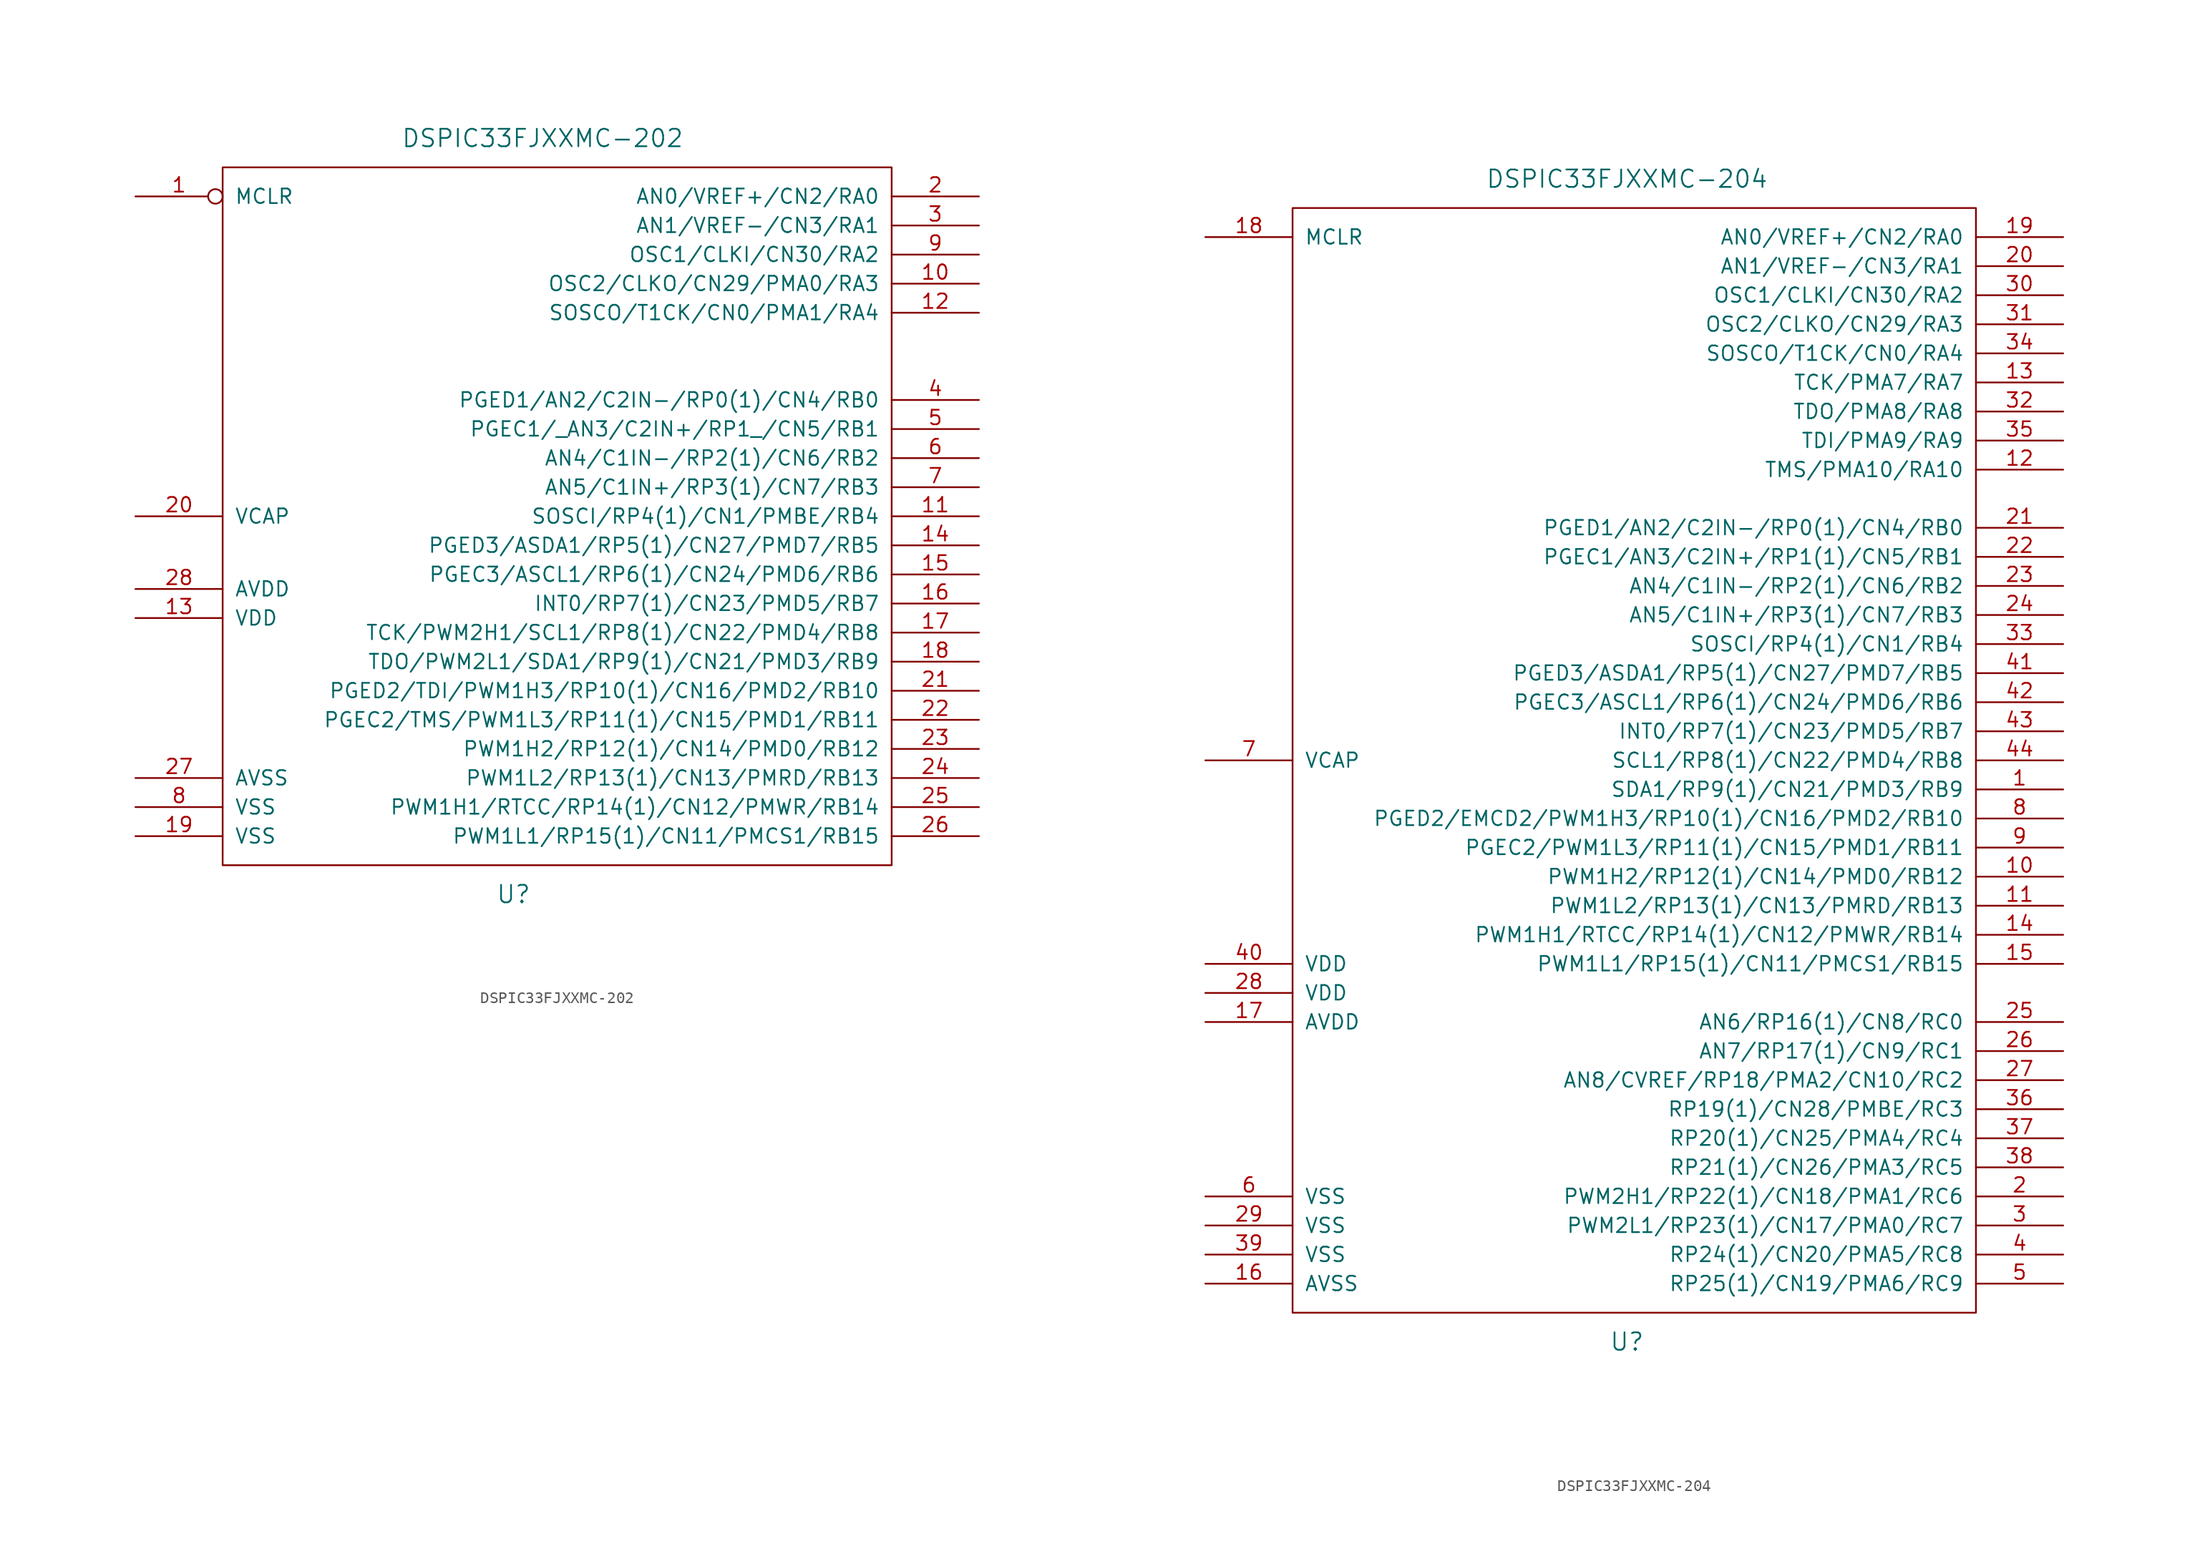
<source format=kicad_sym>
(kicad_symbol_lib
  (version 20211014)
  (generator kicad_symbol_editor)
  (symbol "DSPIC33FJXXMC-202"
    (pin_names
      (offset 1.016))
    (property "Reference" "U"
      (at -3.81 -33.02 0)
      (effects (font (size 1.524 1.524))))
    (property "Value" "DSPIC33FJXXMC-202"
      (at -1.27 33.02 0)
      (effects (font (size 1.524 1.524))))
    (property "Footprint" ""
      (at 0 0 0)
      (effects (font (size 1.524 1.524))))
    (property "Datasheet" ""
      (at 0 0 0)
      (effects (font (size 1.524 1.524))))
    (symbol "DSPIC33FJXXMC-202_0_1"
      (rectangle (start -29.21 30.48) (end 29.21 -30.48) (stroke (width 0) (type default) (color 0 0 0 0)) (fill (type none))))
    (symbol "DSPIC33FJXXMC-202_1_1"
      (pin input inverted (at -36.83 27.94 0) (length 7.62) (name "MCLR" (effects (font (size 1.27 1.27)))) (number "1" (effects (font (size 1.27 1.27)))))
      (pin bidirectional line (at 36.83 20.32 180) (length 7.62) (name "OSC2/CLKO/CN29/PMA0/RA3" (effects (font (size 1.27 1.27)))) (number "10" (effects (font (size 1.27 1.27)))))
      (pin bidirectional line (at 36.83 0 180) (length 7.62) (name "SOSCI/RP4(1)/CN1/PMBE/RB4" (effects (font (size 1.27 1.27)))) (number "11" (effects (font (size 1.27 1.27)))))
      (pin bidirectional line (at 36.83 17.78 180) (length 7.62) (name "SOSCO/T1CK/CN0/PMA1/RA4" (effects (font (size 1.27 1.27)))) (number "12" (effects (font (size 1.27 1.27)))))
      (pin power_in line (at -36.83 -8.89 0) (length 7.62) (name "VDD" (effects (font (size 1.27 1.27)))) (number "13" (effects (font (size 1.27 1.27)))))
      (pin bidirectional line (at 36.83 -2.54 180) (length 7.62) (name "PGED3/ASDA1/RP5(1)/CN27/PMD7/RB5" (effects (font (size 1.27 1.27)))) (number "14" (effects (font (size 1.27 1.27)))))
      (pin bidirectional line (at 36.83 -5.08 180) (length 7.62) (name "PGEC3/ASCL1/RP6(1)/CN24/PMD6/RB6" (effects (font (size 1.27 1.27)))) (number "15" (effects (font (size 1.27 1.27)))))
      (pin bidirectional line (at 36.83 -7.62 180) (length 7.62) (name "INT0/RP7(1)/CN23/PMD5/RB7" (effects (font (size 1.27 1.27)))) (number "16" (effects (font (size 1.27 1.27)))))
      (pin bidirectional line (at 36.83 -10.16 180) (length 7.62) (name "TCK/PWM2H1/SCL1/RP8(1)/CN22/PMD4/RB8" (effects (font (size 1.27 1.27)))) (number "17" (effects (font (size 1.27 1.27)))))
      (pin bidirectional line (at 36.83 -12.7 180) (length 7.62) (name "TDO/PWM2L1/SDA1/RP9(1)/CN21/PMD3/RB9" (effects (font (size 1.27 1.27)))) (number "18" (effects (font (size 1.27 1.27)))))
      (pin output line (at -36.83 -27.94 0) (length 7.62) (name "VSS" (effects (font (size 1.27 1.27)))) (number "19" (effects (font (size 1.27 1.27)))))
      (pin input line (at 36.83 27.94 180) (length 7.62) (name "AN0/VREF+/CN2/RA0" (effects (font (size 1.27 1.27)))) (number "2" (effects (font (size 1.27 1.27)))))
      (pin output line (at -36.83 0 0) (length 7.62) (name "VCAP" (effects (font (size 1.27 1.27)))) (number "20" (effects (font (size 1.27 1.27)))))
      (pin bidirectional line (at 36.83 -15.24 180) (length 7.62) (name "PGED2/TDI/PWM1H3/RP10(1)/CN16/PMD2/RB10" (effects (font (size 1.27 1.27)))) (number "21" (effects (font (size 1.27 1.27)))))
      (pin bidirectional line (at 36.83 -17.78 180) (length 7.62) (name "PGEC2/TMS/PWM1L3/RP11(1)/CN15/PMD1/RB11" (effects (font (size 1.27 1.27)))) (number "22" (effects (font (size 1.27 1.27)))))
      (pin bidirectional line (at 36.83 -20.32 180) (length 7.62) (name "PWM1H2/RP12(1)/CN14/PMD0/RB12" (effects (font (size 1.27 1.27)))) (number "23" (effects (font (size 1.27 1.27)))))
      (pin bidirectional line (at 36.83 -22.86 180) (length 7.62) (name "PWM1L2/RP13(1)/CN13/PMRD/RB13" (effects (font (size 1.27 1.27)))) (number "24" (effects (font (size 1.27 1.27)))))
      (pin bidirectional line (at 36.83 -25.4 180) (length 7.62) (name "PWM1H1/RTCC/RP14(1)/CN12/PMWR/RB14" (effects (font (size 1.27 1.27)))) (number "25" (effects (font (size 1.27 1.27)))))
      (pin bidirectional line (at 36.83 -27.94 180) (length 7.62) (name "PWM1L1/RP15(1)/CN11/PMCS1/RB15" (effects (font (size 1.27 1.27)))) (number "26" (effects (font (size 1.27 1.27)))))
      (pin power_in line (at -36.83 -22.86 0) (length 7.62) (name "AVSS" (effects (font (size 1.27 1.27)))) (number "27" (effects (font (size 1.27 1.27)))))
      (pin power_in line (at -36.83 -6.35 0) (length 7.62) (name "AVDD" (effects (font (size 1.27 1.27)))) (number "28" (effects (font (size 1.27 1.27)))))
      (pin bidirectional line (at 36.83 25.4 180) (length 7.62) (name "AN1/VREF-/CN3/RA1" (effects (font (size 1.27 1.27)))) (number "3" (effects (font (size 1.27 1.27)))))
      (pin bidirectional line (at 36.83 10.16 180) (length 7.62) (name "PGED1/AN2/C2IN-/RP0(1)/CN4/RB0" (effects (font (size 1.27 1.27)))) (number "4" (effects (font (size 1.27 1.27)))))
      (pin bidirectional line (at 36.83 7.62 180) (length 7.62) (name "PGEC1/_AN3/C2IN+/RP1_/CN5/RB1" (effects (font (size 1.27 1.27)))) (number "5" (effects (font (size 1.27 1.27)))))
      (pin bidirectional line (at 36.83 5.08 180) (length 7.62) (name "AN4/C1IN-/RP2(1)/CN6/RB2" (effects (font (size 1.27 1.27)))) (number "6" (effects (font (size 1.27 1.27)))))
      (pin bidirectional line (at 36.83 2.54 180) (length 7.62) (name "AN5/C1IN+/RP3(1)/CN7/RB3" (effects (font (size 1.27 1.27)))) (number "7" (effects (font (size 1.27 1.27)))))
      (pin power_in line (at -36.83 -25.4 0) (length 7.62) (name "VSS" (effects (font (size 1.27 1.27)))) (number "8" (effects (font (size 1.27 1.27)))))
      (pin bidirectional line (at 36.83 22.86 180) (length 7.62) (name "OSC1/CLKI/CN30/RA2" (effects (font (size 1.27 1.27)))) (number "9" (effects (font (size 1.27 1.27)))))))
  (symbol "DSPIC33FJXXMC-204"
    (pin_names
      (offset 1.016))
    (property "Reference" "U"
      (at -1.27 -50.8 0)
      (effects (font (size 1.524 1.524))))
    (property "Value" "DSPIC33FJXXMC-204"
      (at -1.27 50.8 0)
      (effects (font (size 1.524 1.524))))
    (property "Footprint" ""
      (at 0 0 0)
      (effects (font (size 1.524 1.524))))
    (property "Datasheet" ""
      (at 0 0 0)
      (effects (font (size 1.524 1.524))))
    (symbol "DSPIC33FJXXMC-204_0_1"
      (rectangle (start -30.48 48.26) (end 29.21 -48.26) (stroke (width 0) (type default) (color 0 0 0 0)) (fill (type none))))
    (symbol "DSPIC33FJXXMC-204_1_1"
      (pin bidirectional line (at 36.83 -2.54 180) (length 7.62) (name "SDA1/RP9(1)/CN21/PMD3/RB9" (effects (font (size 1.27 1.27)))) (number "1" (effects (font (size 1.27 1.27)))))
      (pin bidirectional line (at 36.83 -10.16 180) (length 7.62) (name "PWM1H2/RP12(1)/CN14/PMD0/RB12" (effects (font (size 1.27 1.27)))) (number "10" (effects (font (size 1.27 1.27)))))
      (pin bidirectional line (at 36.83 -12.7 180) (length 7.62) (name "PWM1L2/RP13(1)/CN13/PMRD/RB13" (effects (font (size 1.27 1.27)))) (number "11" (effects (font (size 1.27 1.27)))))
      (pin bidirectional line (at 36.83 25.4 180) (length 7.62) (name "TMS/PMA10/RA10" (effects (font (size 1.27 1.27)))) (number "12" (effects (font (size 1.27 1.27)))))
      (pin bidirectional line (at 36.83 33.02 180) (length 7.62) (name "TCK/PMA7/RA7" (effects (font (size 1.27 1.27)))) (number "13" (effects (font (size 1.27 1.27)))))
      (pin bidirectional line (at 36.83 -15.24 180) (length 7.62) (name "PWM1H1/RTCC/RP14(1)/CN12/PMWR/RB14" (effects (font (size 1.27 1.27)))) (number "14" (effects (font (size 1.27 1.27)))))
      (pin bidirectional line (at 36.83 -17.78 180) (length 7.62) (name "PWM1L1/RP15(1)/CN11/PMCS1/RB15" (effects (font (size 1.27 1.27)))) (number "15" (effects (font (size 1.27 1.27)))))
      (pin power_in line (at -38.1 -45.72 0) (length 7.62) (name "AVSS" (effects (font (size 1.27 1.27)))) (number "16" (effects (font (size 1.27 1.27)))))
      (pin power_in line (at -38.1 -22.86 0) (length 7.62) (name "AVDD" (effects (font (size 1.27 1.27)))) (number "17" (effects (font (size 1.27 1.27)))))
      (pin input line (at -38.1 45.72 0) (length 7.62) (name "MCLR" (effects (font (size 1.27 1.27)))) (number "18" (effects (font (size 1.27 1.27)))))
      (pin bidirectional line (at 36.83 45.72 180) (length 7.62) (name "AN0/VREF+/CN2/RA0" (effects (font (size 1.27 1.27)))) (number "19" (effects (font (size 1.27 1.27)))))
      (pin bidirectional line (at 36.83 -38.1 180) (length 7.62) (name "PWM2H1/RP22(1)/CN18/PMA1/RC6" (effects (font (size 1.27 1.27)))) (number "2" (effects (font (size 1.27 1.27)))))
      (pin bidirectional line (at 36.83 43.18 180) (length 7.62) (name "AN1/VREF-/CN3/RA1" (effects (font (size 1.27 1.27)))) (number "20" (effects (font (size 1.27 1.27)))))
      (pin bidirectional line (at 36.83 20.32 180) (length 7.62) (name "PGED1/AN2/C2IN-/RP0(1)/CN4/RB0" (effects (font (size 1.27 1.27)))) (number "21" (effects (font (size 1.27 1.27)))))
      (pin bidirectional line (at 36.83 17.78 180) (length 7.62) (name "PGEC1/AN3/C2IN+/RP1(1)/CN5/RB1" (effects (font (size 1.27 1.27)))) (number "22" (effects (font (size 1.27 1.27)))))
      (pin bidirectional line (at 36.83 15.24 180) (length 7.62) (name "AN4/C1IN-/RP2(1)/CN6/RB2" (effects (font (size 1.27 1.27)))) (number "23" (effects (font (size 1.27 1.27)))))
      (pin bidirectional line (at 36.83 12.7 180) (length 7.62) (name "AN5/C1IN+/RP3(1)/CN7/RB3" (effects (font (size 1.27 1.27)))) (number "24" (effects (font (size 1.27 1.27)))))
      (pin bidirectional line (at 36.83 -22.86 180) (length 7.62) (name "AN6/RP16(1)/CN8/RC0" (effects (font (size 1.27 1.27)))) (number "25" (effects (font (size 1.27 1.27)))))
      (pin bidirectional line (at 36.83 -25.4 180) (length 7.62) (name "AN7/RP17(1)/CN9/RC1" (effects (font (size 1.27 1.27)))) (number "26" (effects (font (size 1.27 1.27)))))
      (pin bidirectional line (at 36.83 -27.94 180) (length 7.62) (name "AN8/CVREF/RP18/PMA2/CN10/RC2" (effects (font (size 1.27 1.27)))) (number "27" (effects (font (size 1.27 1.27)))))
      (pin power_in line (at -38.1 -20.32 0) (length 7.62) (name "VDD" (effects (font (size 1.27 1.27)))) (number "28" (effects (font (size 1.27 1.27)))))
      (pin power_in line (at -38.1 -40.64 0) (length 7.62) (name "VSS" (effects (font (size 1.27 1.27)))) (number "29" (effects (font (size 1.27 1.27)))))
      (pin bidirectional line (at 36.83 -40.64 180) (length 7.62) (name "PWM2L1/RP23(1)/CN17/PMA0/RC7" (effects (font (size 1.27 1.27)))) (number "3" (effects (font (size 1.27 1.27)))))
      (pin bidirectional line (at 36.83 40.64 180) (length 7.62) (name "OSC1/CLKI/CN30/RA2" (effects (font (size 1.27 1.27)))) (number "30" (effects (font (size 1.27 1.27)))))
      (pin bidirectional line (at 36.83 38.1 180) (length 7.62) (name "OSC2/CLKO/CN29/RA3" (effects (font (size 1.27 1.27)))) (number "31" (effects (font (size 1.27 1.27)))))
      (pin bidirectional line (at 36.83 30.48 180) (length 7.62) (name "TDO/PMA8/RA8" (effects (font (size 1.27 1.27)))) (number "32" (effects (font (size 1.27 1.27)))))
      (pin bidirectional line (at 36.83 10.16 180) (length 7.62) (name "SOSCI/RP4(1)/CN1/RB4" (effects (font (size 1.27 1.27)))) (number "33" (effects (font (size 1.27 1.27)))))
      (pin bidirectional line (at 36.83 35.56 180) (length 7.62) (name "SOSCO/T1CK/CN0/RA4" (effects (font (size 1.27 1.27)))) (number "34" (effects (font (size 1.27 1.27)))))
      (pin bidirectional line (at 36.83 27.94 180) (length 7.62) (name "TDI/PMA9/RA9" (effects (font (size 1.27 1.27)))) (number "35" (effects (font (size 1.27 1.27)))))
      (pin bidirectional line (at 36.83 -30.48 180) (length 7.62) (name "RP19(1)/CN28/PMBE/RC3" (effects (font (size 1.27 1.27)))) (number "36" (effects (font (size 1.27 1.27)))))
      (pin bidirectional line (at 36.83 -33.02 180) (length 7.62) (name "RP20(1)/CN25/PMA4/RC4" (effects (font (size 1.27 1.27)))) (number "37" (effects (font (size 1.27 1.27)))))
      (pin bidirectional line (at 36.83 -35.56 180) (length 7.62) (name "RP21(1)/CN26/PMA3/RC5" (effects (font (size 1.27 1.27)))) (number "38" (effects (font (size 1.27 1.27)))))
      (pin power_in line (at -38.1 -43.18 0) (length 7.62) (name "VSS" (effects (font (size 1.27 1.27)))) (number "39" (effects (font (size 1.27 1.27)))))
      (pin bidirectional line (at 36.83 -43.18 180) (length 7.62) (name "RP24(1)/CN20/PMA5/RC8" (effects (font (size 1.27 1.27)))) (number "4" (effects (font (size 1.27 1.27)))))
      (pin power_in line (at -38.1 -17.78 0) (length 7.62) (name "VDD" (effects (font (size 1.27 1.27)))) (number "40" (effects (font (size 1.27 1.27)))))
      (pin bidirectional line (at 36.83 7.62 180) (length 7.62) (name "PGED3/ASDA1/RP5(1)/CN27/PMD7/RB5" (effects (font (size 1.27 1.27)))) (number "41" (effects (font (size 1.27 1.27)))))
      (pin bidirectional line (at 36.83 5.08 180) (length 7.62) (name "PGEC3/ASCL1/RP6(1)/CN24/PMD6/RB6" (effects (font (size 1.27 1.27)))) (number "42" (effects (font (size 1.27 1.27)))))
      (pin bidirectional line (at 36.83 2.54 180) (length 7.62) (name "INT0/RP7(1)/CN23/PMD5/RB7" (effects (font (size 1.27 1.27)))) (number "43" (effects (font (size 1.27 1.27)))))
      (pin bidirectional line (at 36.83 0 180) (length 7.62) (name "SCL1/RP8(1)/CN22/PMD4/RB8" (effects (font (size 1.27 1.27)))) (number "44" (effects (font (size 1.27 1.27)))))
      (pin bidirectional line (at 36.83 -45.72 180) (length 7.62) (name "RP25(1)/CN19/PMA6/RC9" (effects (font (size 1.27 1.27)))) (number "5" (effects (font (size 1.27 1.27)))))
      (pin power_in line (at -38.1 -38.1 0) (length 7.62) (name "VSS" (effects (font (size 1.27 1.27)))) (number "6" (effects (font (size 1.27 1.27)))))
      (pin output line (at -38.1 0 0) (length 7.62) (name "VCAP" (effects (font (size 1.27 1.27)))) (number "7" (effects (font (size 1.27 1.27)))))
      (pin bidirectional line (at 36.83 -5.08 180) (length 7.62) (name "PGED2/EMCD2/PWM1H3/RP10(1)/CN16/PMD2/RB10" (effects (font (size 1.27 1.27)))) (number "8" (effects (font (size 1.27 1.27)))))
      (pin bidirectional line (at 36.83 -7.62 180) (length 7.62) (name "PGEC2/PWM1L3/RP11(1)/CN15/PMD1/RB11" (effects (font (size 1.27 1.27)))) (number "9" (effects (font (size 1.27 1.27))))))))
</source>
